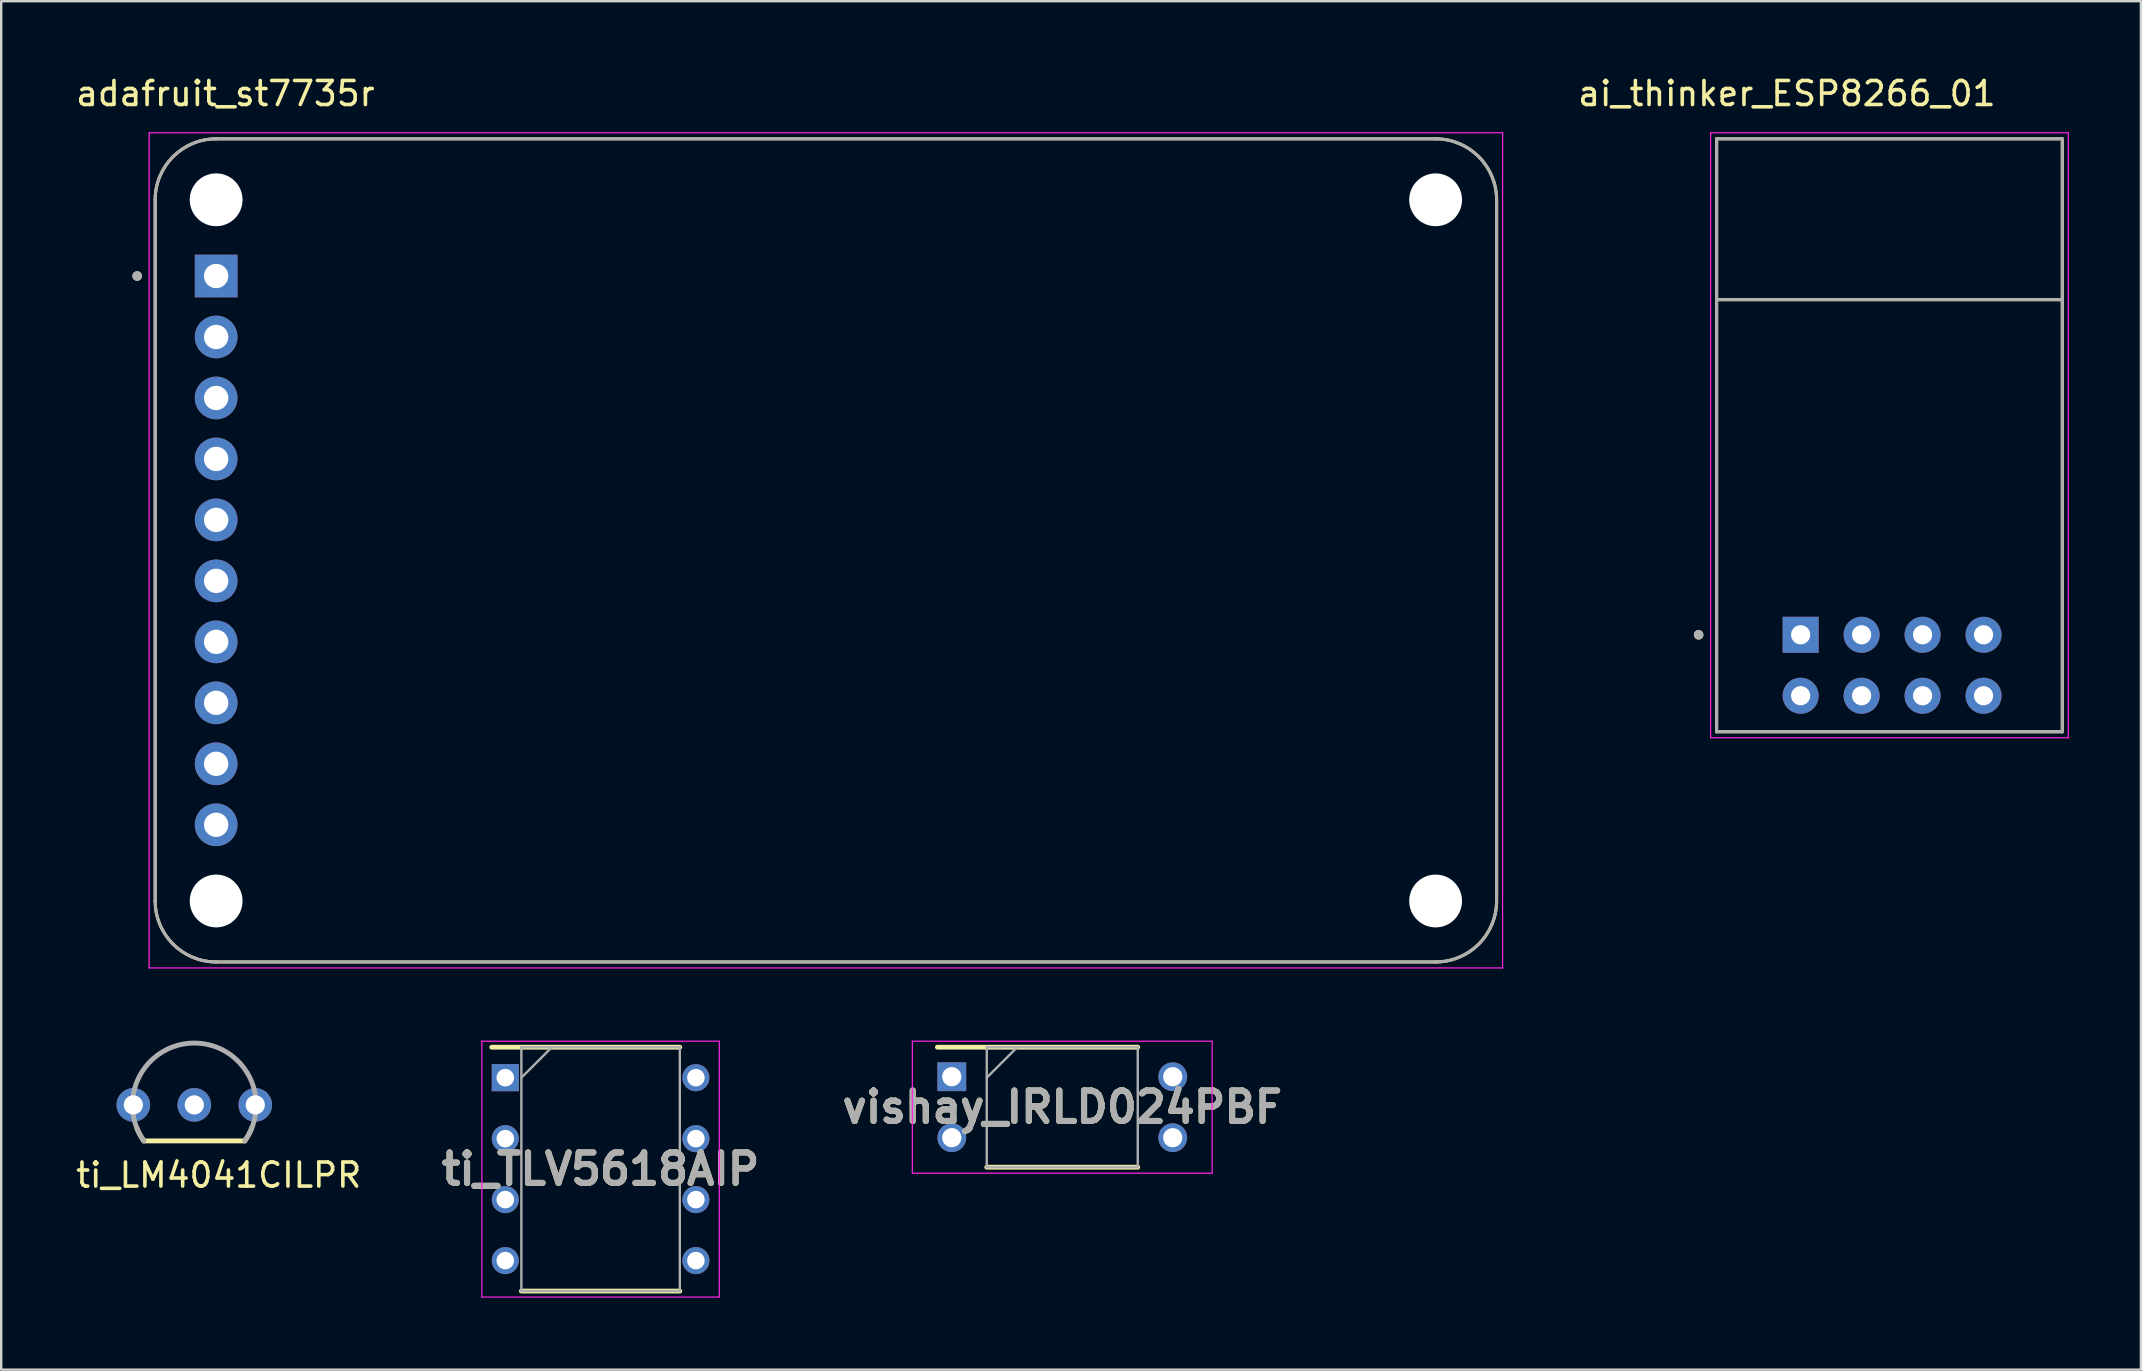
<source format=kicad_pcb>
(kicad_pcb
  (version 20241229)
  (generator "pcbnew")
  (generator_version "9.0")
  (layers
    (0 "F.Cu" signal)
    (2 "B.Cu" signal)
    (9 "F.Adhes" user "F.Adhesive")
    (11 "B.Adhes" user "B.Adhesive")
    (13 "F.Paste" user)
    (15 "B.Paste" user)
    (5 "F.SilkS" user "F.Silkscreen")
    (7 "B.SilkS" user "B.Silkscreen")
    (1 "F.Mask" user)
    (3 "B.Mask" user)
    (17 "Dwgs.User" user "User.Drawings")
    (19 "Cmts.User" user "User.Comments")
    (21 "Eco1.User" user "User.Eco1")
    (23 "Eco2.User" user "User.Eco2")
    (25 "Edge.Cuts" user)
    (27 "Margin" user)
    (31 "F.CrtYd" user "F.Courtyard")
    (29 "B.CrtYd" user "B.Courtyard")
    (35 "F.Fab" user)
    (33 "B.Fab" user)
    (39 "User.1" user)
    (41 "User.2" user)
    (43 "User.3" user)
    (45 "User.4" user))
  (footprint "vishay_IRLD024PBF"
    (layer "F.Cu")
    (at 41.201 43.073)
    (property "Reference" "vishay_IRLD024PBF" (at 0 0 0) (layer "F.SilkS") (effects (font (size 1.27 1.27) (thickness 0.254))))
    (attr through_hole)
    (fp_line (start -5.202 -2.5) (end 3.145 -2.5) (stroke (width 0.2) (type solid)) (layer "F.SilkS"))
    (fp_line (start -3.145 2.5) (end 3.145 2.5) (stroke (width 0.2) (type solid)) (layer "F.SilkS"))
    (fp_line (start -6.245 -2.75) (end 6.245 -2.75) (stroke (width 0.05) (type solid)) (layer "F.CrtYd"))
    (fp_line (start -6.245 2.75) (end -6.245 -2.75) (stroke (width 0.05) (type solid)) (layer "F.CrtYd"))
    (fp_line (start 6.245 -2.75) (end 6.245 2.75) (stroke (width 0.05) (type solid)) (layer "F.CrtYd"))
    (fp_line (start 6.245 2.75) (end -6.245 2.75) (stroke (width 0.05) (type solid)) (layer "F.CrtYd"))
    (fp_line (start -3.145 -2.5) (end 3.145 -2.5) (stroke (width 0.1) (type solid)) (layer "F.Fab"))
    (fp_line (start -3.145 -1.23) (end -1.875 -2.5) (stroke (width 0.1) (type solid)) (layer "F.Fab"))
    (fp_line (start -3.145 2.5) (end -3.145 -2.5) (stroke (width 0.1) (type solid)) (layer "F.Fab"))
    (fp_line (start 3.145 -2.5) (end 3.145 2.5) (stroke (width 0.1) (type solid)) (layer "F.Fab"))
    (fp_line (start 3.145 2.5) (end -3.145 2.5) (stroke (width 0.1) (type solid)) (layer "F.Fab"))
    (fp_text user "${REFERENCE}" (at 0 0 0) (layer "F.Fab") (effects (font (size 1.27 1.27) (thickness 0.254))))
    (pad "1" thru_hole rect (at -4.602 -1.27) (size 1.2 1.2) (drill 0.8) (layers "*.Cu" "*.Mask"))
    (pad "1" thru_hole circle (at -4.602 1.27) (size 1.2 1.2) (drill 0.8) (layers "*.Cu" "*.Mask"))
    (pad "2" thru_hole circle (at 4.602 1.27) (size 1.2 1.2) (drill 0.8) (layers "*.Cu" "*.Mask"))
    (pad "3" thru_hole circle (at 4.602 -1.27) (size 1.2 1.2) (drill 0.8) (layers "*.Cu" "*.Mask")))
  (footprint "ti_TLV5618AIP"
    (layer "F.Cu")
    (at 21.969 45.653)
    (property "Reference" "ti_TLV5618AIP" (at 0 0 0) (layer "F.SilkS") (effects (font (size 1.27 1.27) (thickness 0.254))))
    (attr through_hole)
    (fp_line (start -4.535 -5.08) (end 3.3 -5.08) (stroke (width 0.2) (type solid)) (layer "F.SilkS"))
    (fp_line (start -3.3 5.08) (end 3.3 5.08) (stroke (width 0.2) (type solid)) (layer "F.SilkS"))
    (fp_line (start -4.945 -5.33) (end 4.945 -5.33) (stroke (width 0.05) (type solid)) (layer "F.CrtYd"))
    (fp_line (start -4.945 5.33) (end -4.945 -5.33) (stroke (width 0.05) (type solid)) (layer "F.CrtYd"))
    (fp_line (start 4.945 -5.33) (end 4.945 5.33) (stroke (width 0.05) (type solid)) (layer "F.CrtYd"))
    (fp_line (start 4.945 5.33) (end -4.945 5.33) (stroke (width 0.05) (type solid)) (layer "F.CrtYd"))
    (fp_line (start -3.3 -5.08) (end 3.3 -5.08) (stroke (width 0.1) (type solid)) (layer "F.Fab"))
    (fp_line (start -3.3 -3.81) (end -2.03 -5.08) (stroke (width 0.1) (type solid)) (layer "F.Fab"))
    (fp_line (start -3.3 5.08) (end -3.3 -5.08) (stroke (width 0.1) (type solid)) (layer "F.Fab"))
    (fp_line (start 3.3 -5.08) (end 3.3 5.08) (stroke (width 0.1) (type solid)) (layer "F.Fab"))
    (fp_line (start 3.3 5.08) (end -3.3 5.08) (stroke (width 0.1) (type solid)) (layer "F.Fab"))
    (fp_text user "${REFERENCE}" (at 0 0 0) (layer "F.Fab") (effects (font (size 1.27 1.27) (thickness 0.254))))
    (pad "1" thru_hole rect (at -3.97 -3.81) (size 1.13 1.13) (drill 0.73) (layers "*.Cu" "*.Mask"))
    (pad "2" thru_hole circle (at -3.97 -1.27) (size 1.13 1.13) (drill 0.73) (layers "*.Cu" "*.Mask"))
    (pad "3" thru_hole circle (at -3.97 1.27) (size 1.13 1.13) (drill 0.73) (layers "*.Cu" "*.Mask"))
    (pad "4" thru_hole circle (at -3.97 3.81) (size 1.13 1.13) (drill 0.73) (layers "*.Cu" "*.Mask"))
    (pad "5" thru_hole circle (at 3.97 3.81) (size 1.13 1.13) (drill 0.73) (layers "*.Cu" "*.Mask"))
    (pad "6" thru_hole circle (at 3.97 1.27) (size 1.13 1.13) (drill 0.73) (layers "*.Cu" "*.Mask"))
    (pad "7" thru_hole circle (at 3.97 -1.27) (size 1.13 1.13) (drill 0.73) (layers "*.Cu" "*.Mask"))
    (pad "8" thru_hole circle (at 3.97 -3.81) (size 1.13 1.13) (drill 0.73) (layers "*.Cu" "*.Mask")))
  (footprint "ai_thinker_ESP8266_01"
    (layer "F.Cu")
    (at 75.77 15.083)
    (property "Reference" "ai_thinker_ESP8266_01" (at -4.385 -14.235 0) (layer "F.SilkS") (effects (font (size 1 1) (thickness 0.15))))
    (attr through_hole)
    (fp_line (start -7.31 -12.35) (end 7.09 -12.35) (stroke (width 0.127) (type solid)) (layer "F.SilkS"))
    (fp_line (start -7.31 -5.65) (end -7.31 -12.35) (stroke (width 0.127) (type solid)) (layer "F.SilkS"))
    (fp_line (start -7.31 12.35) (end -7.31 -5.65) (stroke (width 0.127) (type solid)) (layer "F.SilkS"))
    (fp_line (start 7.09 -12.35) (end 7.09 -5.65) (stroke (width 0.127) (type solid)) (layer "F.SilkS"))
    (fp_line (start 7.09 -5.65) (end -7.31 -5.65) (stroke (width 0.127) (type solid)) (layer "F.SilkS"))
    (fp_line (start 7.09 -5.65) (end 7.09 12.35) (stroke (width 0.127) (type solid)) (layer "F.SilkS"))
    (fp_line (start 7.09 12.35) (end -7.31 12.35) (stroke (width 0.127) (type solid)) (layer "F.SilkS"))
    (fp_circle (center -8.06 8.31) (end -7.96 8.31) (stroke (width 0.2) (type solid)) (fill no) (layer "F.SilkS"))
    (fp_line (start -7.56 -12.6) (end -7.56 12.6) (stroke (width 0.05) (type solid)) (layer "F.CrtYd"))
    (fp_line (start -7.56 12.6) (end 7.34 12.6) (stroke (width 0.05) (type solid)) (layer "F.CrtYd"))
    (fp_line (start 7.34 -12.6) (end -7.56 -12.6) (stroke (width 0.05) (type solid)) (layer "F.CrtYd"))
    (fp_line (start 7.34 12.6) (end 7.34 -12.6) (stroke (width 0.05) (type solid)) (layer "F.CrtYd"))
    (fp_line (start -7.31 -12.35) (end 7.09 -12.35) (stroke (width 0.127) (type solid)) (layer "F.Fab"))
    (fp_line (start -7.31 -5.65) (end -7.31 -12.35) (stroke (width 0.127) (type solid)) (layer "F.Fab"))
    (fp_line (start -7.31 12.35) (end -7.31 -5.65) (stroke (width 0.127) (type solid)) (layer "F.Fab"))
    (fp_line (start 7.09 -12.35) (end 7.09 -5.65) (stroke (width 0.127) (type solid)) (layer "F.Fab"))
    (fp_line (start 7.09 -5.65) (end -7.31 -5.65) (stroke (width 0.127) (type solid)) (layer "F.Fab"))
    (fp_line (start 7.09 -5.65) (end 7.09 12.35) (stroke (width 0.127) (type solid)) (layer "F.Fab"))
    (fp_line (start 7.09 12.35) (end -7.31 12.35) (stroke (width 0.127) (type solid)) (layer "F.Fab"))
    (fp_circle (center -8.06 8.31) (end -7.96 8.31) (stroke (width 0.2) (type solid)) (fill no) (layer "F.Fab"))
    (pad "1" thru_hole rect (at -3.81 8.31) (size 1.5 1.5) (drill 0.8) (layers "*.Cu" "*.Mask"))
    (pad "2" thru_hole circle (at -1.27 8.31) (size 1.5 1.5) (drill 0.8) (layers "*.Cu" "*.Mask"))
    (pad "3" thru_hole circle (at 1.27 8.31) (size 1.5 1.5) (drill 0.8) (layers "*.Cu" "*.Mask"))
    (pad "4" thru_hole circle (at 3.81 8.31) (size 1.5 1.5) (drill 0.8) (layers "*.Cu" "*.Mask"))
    (pad "5" thru_hole circle (at -3.81 10.85) (size 1.5 1.5) (drill 0.8) (layers "*.Cu" "*.Mask"))
    (pad "6" thru_hole circle (at -1.27 10.85) (size 1.5 1.5) (drill 0.8) (layers "*.Cu" "*.Mask"))
    (pad "7" thru_hole circle (at 1.27 10.85) (size 1.5 1.5) (drill 0.8) (layers "*.Cu" "*.Mask"))
    (pad "8" thru_hole circle (at 3.81 10.85) (size 1.5 1.5) (drill 0.8) (layers "*.Cu" "*.Mask"))
    (zone (net_name "") (layer "F.Cu") (hatch full 0.508) (connect_pads) (min_thickness 0.01) (filled_areas_thickness no) (keepout (tracks not_allowed) (vias not_allowed) (pads not_allowed) (copperpour not_allowed) (footprints allowed)) (placement (enabled no)) (fill) (polygon (pts (xy 68.46 2.733) (xy 82.86 2.733) (xy 82.86 9.433) (xy 68.46 9.433))))
    (zone (net_name "") (layers "F.Cu" "B.Cu") (hatch full 0.508) (connect_pads) (min_thickness 0.01) (filled_areas_thickness no) (keepout (tracks allowed) (vias not_allowed) (pads allowed) (copperpour allowed) (footprints allowed)) (placement (enabled no)) (fill) (polygon (pts (xy 68.46 2.733) (xy 82.86 2.733) (xy 82.86 9.433) (xy 68.46 9.433)))))
  (footprint "ti_LM4041CILPR"
    (layer "F.Cu")
    (at 5.044 42.977)
    (property "Reference" "ti_LM4041CILPR" (at 1.017 2.925 0) (layer "F.SilkS") (effects (font (size 1.001 1.001) (thickness 0.15))))
    (attr through_hole)
    (fp_line (start -2.1 1.5) (end 2.1 1.5) (stroke (width 0.203) (type solid)) (layer "F.SilkS"))
    (fp_arc (start -2.1 1.5) (mid -2.269296 1.235525) (end -2.4 0.95) (stroke (width 0.2032) (type solid)) (layer "F.SilkS"))
    (fp_arc (start 2.4 0.95) (mid 2.269296 1.235525) (end 2.1 1.5) (stroke (width 0.2032) (type solid)) (layer "F.SilkS"))
    (fp_arc (start -2.1 1.5) (mid 0 -2.576921) (end 2.1 1.5) (stroke (width 0.2032) (type solid)) (layer "F.Fab"))
    (pad "1" thru_hole circle (at -2.54 0) (size 1.4 1.4) (drill 0.8) (layers "*.Cu" "*.Mask"))
    (pad "2" thru_hole circle (at 0 0) (size 1.4 1.4) (drill 0.8) (layers "*.Cu" "*.Mask"))
    (pad "3" thru_hole circle (at 2.54 0) (size 1.4 1.4) (drill 0.8) (layers "*.Cu" "*.Mask")))
  (footprint "adafruit_st7735r"
    (layer "F.Cu")
    (at 31.354 19.878)
    (property "Reference" "adafruit_st7735r" (at -25.015 -19.03 0) (layer "F.SilkS") (effects (font (size 1 1) (thickness 0.15))))
    (attr through_hole)
    (fp_line (start -27.94 -14.605) (end -27.94 14.605) (stroke (width 0.127) (type solid)) (layer "F.SilkS"))
    (fp_line (start -25.4 17.145) (end 25.4 17.145) (stroke (width 0.127) (type solid)) (layer "F.SilkS"))
    (fp_line (start 25.4 -17.145) (end -25.4 -17.145) (stroke (width 0.127) (type solid)) (layer "F.SilkS"))
    (fp_line (start 27.94 14.605) (end 27.94 -14.605) (stroke (width 0.127) (type solid)) (layer "F.SilkS"))
    (fp_arc (start -27.94 -14.605) (mid -27.196051 -16.401051) (end -25.4 -17.145) (stroke (width 0.127) (type solid)) (layer "F.SilkS"))
    (fp_arc (start -25.4 17.145) (mid -27.196051 16.401051) (end -27.94 14.605) (stroke (width 0.127) (type solid)) (layer "F.SilkS"))
    (fp_arc (start 25.4 -17.145) (mid 27.196051 -16.401051) (end 27.94 -14.605) (stroke (width 0.127) (type solid)) (layer "F.SilkS"))
    (fp_arc (start 27.94 14.605) (mid 27.196051 16.401051) (end 25.4 17.145) (stroke (width 0.127) (type solid)) (layer "F.SilkS"))
    (fp_circle (center -28.69 -11.43) (end -28.59 -11.43) (stroke (width 0.2) (type solid)) (fill no) (layer "F.SilkS"))
    (fp_line (start -28.19 -17.395) (end -28.19 17.395) (stroke (width 0.05) (type solid)) (layer "F.CrtYd"))
    (fp_line (start -28.19 17.395) (end 28.19 17.395) (stroke (width 0.05) (type solid)) (layer "F.CrtYd"))
    (fp_line (start 28.19 -17.395) (end -28.19 -17.395) (stroke (width 0.05) (type solid)) (layer "F.CrtYd"))
    (fp_line (start 28.19 17.395) (end 28.19 -17.395) (stroke (width 0.05) (type solid)) (layer "F.CrtYd"))
    (fp_line (start -27.94 -14.605) (end -27.94 14.605) (stroke (width 0.127) (type solid)) (layer "F.Fab"))
    (fp_line (start -25.4 17.145) (end 25.4 17.145) (stroke (width 0.127) (type solid)) (layer "F.Fab"))
    (fp_line (start 25.4 -17.145) (end -25.4 -17.145) (stroke (width 0.127) (type solid)) (layer "F.Fab"))
    (fp_line (start 27.94 14.605) (end 27.94 -14.605) (stroke (width 0.127) (type solid)) (layer "F.Fab"))
    (fp_arc (start -27.94 -14.605) (mid -27.196051 -16.401051) (end -25.4 -17.145) (stroke (width 0.127) (type solid)) (layer "F.Fab"))
    (fp_arc (start -25.4 17.145) (mid -27.196051 16.401051) (end -27.94 14.605) (stroke (width 0.127) (type solid)) (layer "F.Fab"))
    (fp_arc (start 25.4 -17.145) (mid 27.196051 -16.401051) (end 27.94 -14.605) (stroke (width 0.127) (type solid)) (layer "F.Fab"))
    (fp_arc (start 27.94 14.605) (mid 27.196051 16.401051) (end 25.4 17.145) (stroke (width 0.127) (type solid)) (layer "F.Fab"))
    (fp_circle (center -28.69 -11.43) (end -28.59 -11.43) (stroke (width 0.2) (type solid)) (fill no) (layer "F.Fab"))
    (pad "" np_thru_hole circle (at -25.4 -14.605) (size 2.2 2.2) (drill 2.2) (layers "*.Cu" "*.Mask"))
    (pad "" np_thru_hole circle (at -25.4 14.605) (size 2.2 2.2) (drill 2.2) (layers "*.Cu" "*.Mask"))
    (pad "" np_thru_hole circle (at 25.4 -14.605) (size 2.2 2.2) (drill 2.2) (layers "*.Cu" "*.Mask"))
    (pad "" np_thru_hole circle (at 25.4 14.605) (size 2.2 2.2) (drill 2.2) (layers "*.Cu" "*.Mask"))
    (pad "1" thru_hole rect (at -25.4 -11.43) (size 1.778 1.778) (drill 1.016) (layers "*.Cu" "*.Mask"))
    (pad "2" thru_hole circle (at -25.4 -8.89) (size 1.778 1.778) (drill 1.016) (layers "*.Cu" "*.Mask"))
    (pad "3" thru_hole circle (at -25.4 -6.35) (size 1.778 1.778) (drill 1.016) (layers "*.Cu" "*.Mask"))
    (pad "4" thru_hole circle (at -25.4 -3.81) (size 1.778 1.778) (drill 1.016) (layers "*.Cu" "*.Mask"))
    (pad "5" thru_hole circle (at -25.4 -1.27) (size 1.778 1.778) (drill 1.016) (layers "*.Cu" "*.Mask"))
    (pad "6" thru_hole circle (at -25.4 1.27) (size 1.778 1.778) (drill 1.016) (layers "*.Cu" "*.Mask"))
    (pad "7" thru_hole circle (at -25.4 3.81) (size 1.778 1.778) (drill 1.016) (layers "*.Cu" "*.Mask"))
    (pad "8" thru_hole circle (at -25.4 6.35) (size 1.778 1.778) (drill 1.016) (layers "*.Cu" "*.Mask"))
    (pad "9" thru_hole circle (at -25.4 8.89) (size 1.778 1.778) (drill 1.016) (layers "*.Cu" "*.Mask"))
    (pad "10" thru_hole circle (at -25.4 11.43) (size 1.778 1.778) (drill 1.016) (layers "*.Cu" "*.Mask")))
  (gr_rect
    (start -3 -3)
    (end 86.135 54.008)
    (stroke (width 0.1) (type default))
    (fill no)
    (layer "Edge.Cuts")))
</source>
